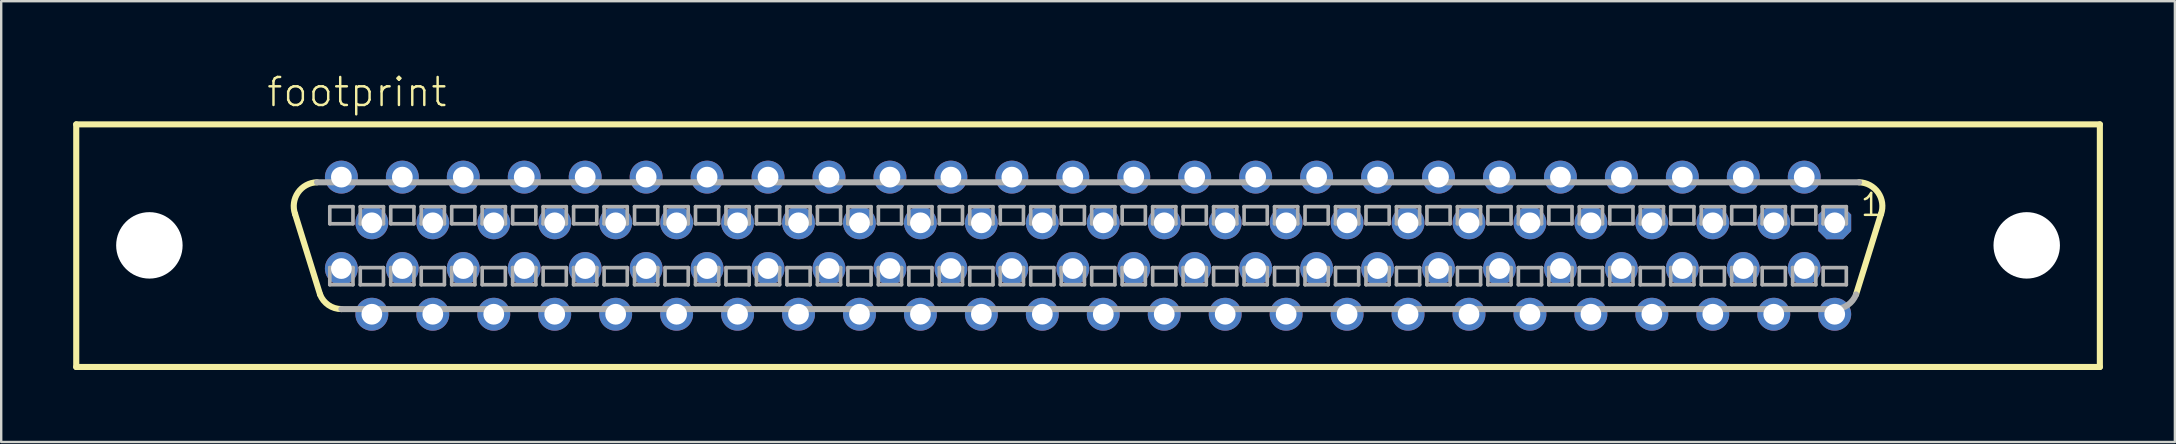
<source format=kicad_pcb>
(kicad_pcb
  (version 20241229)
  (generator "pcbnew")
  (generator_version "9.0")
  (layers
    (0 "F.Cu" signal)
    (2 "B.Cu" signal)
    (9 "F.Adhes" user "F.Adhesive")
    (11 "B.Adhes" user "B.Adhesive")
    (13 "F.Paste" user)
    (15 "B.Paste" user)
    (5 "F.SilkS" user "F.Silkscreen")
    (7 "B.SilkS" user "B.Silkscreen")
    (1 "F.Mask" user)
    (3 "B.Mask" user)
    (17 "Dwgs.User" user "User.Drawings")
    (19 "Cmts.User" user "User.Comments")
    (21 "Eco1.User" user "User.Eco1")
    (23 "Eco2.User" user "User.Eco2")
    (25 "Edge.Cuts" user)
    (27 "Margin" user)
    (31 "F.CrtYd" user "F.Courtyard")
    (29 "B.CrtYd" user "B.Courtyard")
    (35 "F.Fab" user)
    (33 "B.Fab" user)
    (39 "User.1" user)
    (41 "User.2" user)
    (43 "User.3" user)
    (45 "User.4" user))
  (footprint "footprint"
    (layer "F.Cu")
    (at 42.291 7.188)
    (property "Reference" "footprint" (at -34.29 -5.715 0) (layer "F.SilkS") (effects (font (size 1.168 1.168) (thickness 0.102)) (justify left bottom)))
    (fp_line (start -42.164 -5.055) (end 42.164 -5.055) (stroke (width 0.254) (type solid)) (layer "F.SilkS"))
    (fp_line (start -42.164 5.055) (end -42.164 -5.055) (stroke (width 0.254) (type solid)) (layer "F.SilkS"))
    (fp_line (start -32.004 2.032) (end -33.045 -1.321) (stroke (width 0.254) (type solid)) (layer "F.SilkS"))
    (fp_line (start 32.004 2.032) (end 33.045 -1.321) (stroke (width 0.254) (type solid)) (layer "F.SilkS"))
    (fp_line (start 42.164 -5.055) (end 42.164 5.055) (stroke (width 0.254) (type solid)) (layer "F.SilkS"))
    (fp_line (start 42.164 5.055) (end -42.164 5.055) (stroke (width 0.254) (type solid)) (layer "F.SilkS"))
    (fp_arc (start -33.0454 -1.3208) (mid -32.923542 -2.213361) (end -32.130998 -2.641601) (stroke (width 0.254) (type solid)) (layer "F.SilkS"))
    (fp_arc (start -31.114999 2.641601) (mid -31.654028 2.474655) (end -32.004 2.032) (stroke (width 0.254) (type solid)) (layer "F.SilkS"))
    (fp_arc (start 32.131 -2.6416) (mid 32.923543 -2.21336) (end 33.045399 -1.320799) (stroke (width 0.254) (type solid)) (layer "F.SilkS"))
    (fp_line (start -31.598 -1.626) (end -31.598 -0.914) (stroke (width 0.152) (type solid)) (layer "F.Fab"))
    (fp_line (start -31.598 -0.914) (end -30.632 -0.914) (stroke (width 0.152) (type solid)) (layer "F.Fab"))
    (fp_line (start -31.598 0.914) (end -31.598 1.626) (stroke (width 0.152) (type solid)) (layer "F.Fab"))
    (fp_line (start -31.598 1.626) (end -30.632 1.626) (stroke (width 0.152) (type solid)) (layer "F.Fab"))
    (fp_line (start -30.632 -1.626) (end -31.598 -1.626) (stroke (width 0.152) (type solid)) (layer "F.Fab"))
    (fp_line (start -30.632 -0.914) (end -30.632 -1.626) (stroke (width 0.152) (type solid)) (layer "F.Fab"))
    (fp_line (start -30.632 0.914) (end -31.598 0.914) (stroke (width 0.152) (type solid)) (layer "F.Fab"))
    (fp_line (start -30.632 1.626) (end -30.632 0.914) (stroke (width 0.152) (type solid)) (layer "F.Fab"))
    (fp_line (start -30.328 -1.626) (end -30.328 -0.914) (stroke (width 0.152) (type solid)) (layer "F.Fab"))
    (fp_line (start -30.328 -0.914) (end -29.362 -0.914) (stroke (width 0.152) (type solid)) (layer "F.Fab"))
    (fp_line (start -30.328 0.914) (end -30.328 1.626) (stroke (width 0.152) (type solid)) (layer "F.Fab"))
    (fp_line (start -30.328 1.626) (end -29.362 1.626) (stroke (width 0.152) (type solid)) (layer "F.Fab"))
    (fp_line (start -29.362 -1.626) (end -30.328 -1.626) (stroke (width 0.152) (type solid)) (layer "F.Fab"))
    (fp_line (start -29.362 -0.914) (end -29.362 -1.626) (stroke (width 0.152) (type solid)) (layer "F.Fab"))
    (fp_line (start -29.362 0.914) (end -30.328 0.914) (stroke (width 0.152) (type solid)) (layer "F.Fab"))
    (fp_line (start -29.362 1.626) (end -29.362 0.914) (stroke (width 0.152) (type solid)) (layer "F.Fab"))
    (fp_line (start -29.058 -1.626) (end -29.058 -0.914) (stroke (width 0.152) (type solid)) (layer "F.Fab"))
    (fp_line (start -29.058 -0.914) (end -28.092 -0.914) (stroke (width 0.152) (type solid)) (layer "F.Fab"))
    (fp_line (start -29.058 0.914) (end -29.058 1.626) (stroke (width 0.152) (type solid)) (layer "F.Fab"))
    (fp_line (start -29.058 1.626) (end -28.092 1.626) (stroke (width 0.152) (type solid)) (layer "F.Fab"))
    (fp_line (start -28.092 -1.626) (end -29.058 -1.626) (stroke (width 0.152) (type solid)) (layer "F.Fab"))
    (fp_line (start -28.092 -0.914) (end -28.092 -1.626) (stroke (width 0.152) (type solid)) (layer "F.Fab"))
    (fp_line (start -28.092 0.914) (end -29.058 0.914) (stroke (width 0.152) (type solid)) (layer "F.Fab"))
    (fp_line (start -28.092 1.626) (end -28.092 0.914) (stroke (width 0.152) (type solid)) (layer "F.Fab"))
    (fp_line (start -27.788 -1.626) (end -27.788 -0.914) (stroke (width 0.152) (type solid)) (layer "F.Fab"))
    (fp_line (start -27.788 -0.914) (end -26.822 -0.914) (stroke (width 0.152) (type solid)) (layer "F.Fab"))
    (fp_line (start -27.788 0.914) (end -27.788 1.626) (stroke (width 0.152) (type solid)) (layer "F.Fab"))
    (fp_line (start -27.788 1.626) (end -26.822 1.626) (stroke (width 0.152) (type solid)) (layer "F.Fab"))
    (fp_line (start -26.822 -1.626) (end -27.788 -1.626) (stroke (width 0.152) (type solid)) (layer "F.Fab"))
    (fp_line (start -26.822 -0.914) (end -26.822 -1.626) (stroke (width 0.152) (type solid)) (layer "F.Fab"))
    (fp_line (start -26.822 0.914) (end -27.788 0.914) (stroke (width 0.152) (type solid)) (layer "F.Fab"))
    (fp_line (start -26.822 1.626) (end -26.822 0.914) (stroke (width 0.152) (type solid)) (layer "F.Fab"))
    (fp_line (start -26.518 -1.626) (end -26.518 -0.914) (stroke (width 0.152) (type solid)) (layer "F.Fab"))
    (fp_line (start -26.518 -0.914) (end -25.552 -0.914) (stroke (width 0.152) (type solid)) (layer "F.Fab"))
    (fp_line (start -26.518 0.914) (end -26.518 1.626) (stroke (width 0.152) (type solid)) (layer "F.Fab"))
    (fp_line (start -26.518 1.626) (end -25.552 1.626) (stroke (width 0.152) (type solid)) (layer "F.Fab"))
    (fp_line (start -25.552 -1.626) (end -26.518 -1.626) (stroke (width 0.152) (type solid)) (layer "F.Fab"))
    (fp_line (start -25.552 -0.914) (end -25.552 -1.626) (stroke (width 0.152) (type solid)) (layer "F.Fab"))
    (fp_line (start -25.552 0.914) (end -26.518 0.914) (stroke (width 0.152) (type solid)) (layer "F.Fab"))
    (fp_line (start -25.552 1.626) (end -25.552 0.914) (stroke (width 0.152) (type solid)) (layer "F.Fab"))
    (fp_line (start -25.248 -1.626) (end -25.248 -0.914) (stroke (width 0.152) (type solid)) (layer "F.Fab"))
    (fp_line (start -25.248 -0.914) (end -24.282 -0.914) (stroke (width 0.152) (type solid)) (layer "F.Fab"))
    (fp_line (start -25.248 0.914) (end -25.248 1.626) (stroke (width 0.152) (type solid)) (layer "F.Fab"))
    (fp_line (start -25.248 1.626) (end -24.282 1.626) (stroke (width 0.152) (type solid)) (layer "F.Fab"))
    (fp_line (start -24.282 -1.626) (end -25.248 -1.626) (stroke (width 0.152) (type solid)) (layer "F.Fab"))
    (fp_line (start -24.282 -0.914) (end -24.282 -1.626) (stroke (width 0.152) (type solid)) (layer "F.Fab"))
    (fp_line (start -24.282 0.914) (end -25.248 0.914) (stroke (width 0.152) (type solid)) (layer "F.Fab"))
    (fp_line (start -24.282 1.626) (end -24.282 0.914) (stroke (width 0.152) (type solid)) (layer "F.Fab"))
    (fp_line (start -23.978 -1.626) (end -23.978 -0.914) (stroke (width 0.152) (type solid)) (layer "F.Fab"))
    (fp_line (start -23.978 -0.914) (end -23.012 -0.914) (stroke (width 0.152) (type solid)) (layer "F.Fab"))
    (fp_line (start -23.978 0.914) (end -23.978 1.626) (stroke (width 0.152) (type solid)) (layer "F.Fab"))
    (fp_line (start -23.978 1.626) (end -23.012 1.626) (stroke (width 0.152) (type solid)) (layer "F.Fab"))
    (fp_line (start -23.012 -1.626) (end -23.978 -1.626) (stroke (width 0.152) (type solid)) (layer "F.Fab"))
    (fp_line (start -23.012 -0.914) (end -23.012 -1.626) (stroke (width 0.152) (type solid)) (layer "F.Fab"))
    (fp_line (start -23.012 0.914) (end -23.978 0.914) (stroke (width 0.152) (type solid)) (layer "F.Fab"))
    (fp_line (start -23.012 1.626) (end -23.012 0.914) (stroke (width 0.152) (type solid)) (layer "F.Fab"))
    (fp_line (start -22.708 -1.626) (end -22.708 -0.914) (stroke (width 0.152) (type solid)) (layer "F.Fab"))
    (fp_line (start -22.708 -0.914) (end -21.742 -0.914) (stroke (width 0.152) (type solid)) (layer "F.Fab"))
    (fp_line (start -22.708 0.914) (end -22.708 1.626) (stroke (width 0.152) (type solid)) (layer "F.Fab"))
    (fp_line (start -22.708 1.626) (end -21.742 1.626) (stroke (width 0.152) (type solid)) (layer "F.Fab"))
    (fp_line (start -21.742 -1.626) (end -22.708 -1.626) (stroke (width 0.152) (type solid)) (layer "F.Fab"))
    (fp_line (start -21.742 -0.914) (end -21.742 -1.626) (stroke (width 0.152) (type solid)) (layer "F.Fab"))
    (fp_line (start -21.742 0.914) (end -22.708 0.914) (stroke (width 0.152) (type solid)) (layer "F.Fab"))
    (fp_line (start -21.742 1.626) (end -21.742 0.914) (stroke (width 0.152) (type solid)) (layer "F.Fab"))
    (fp_line (start -21.438 -1.626) (end -21.438 -0.914) (stroke (width 0.152) (type solid)) (layer "F.Fab"))
    (fp_line (start -21.438 -0.914) (end -20.472 -0.914) (stroke (width 0.152) (type solid)) (layer "F.Fab"))
    (fp_line (start -21.438 0.914) (end -21.438 1.626) (stroke (width 0.152) (type solid)) (layer "F.Fab"))
    (fp_line (start -21.438 1.626) (end -20.472 1.626) (stroke (width 0.152) (type solid)) (layer "F.Fab"))
    (fp_line (start -20.472 -1.626) (end -21.438 -1.626) (stroke (width 0.152) (type solid)) (layer "F.Fab"))
    (fp_line (start -20.472 -0.914) (end -20.472 -1.626) (stroke (width 0.152) (type solid)) (layer "F.Fab"))
    (fp_line (start -20.472 0.914) (end -21.438 0.914) (stroke (width 0.152) (type solid)) (layer "F.Fab"))
    (fp_line (start -20.472 1.626) (end -20.472 0.914) (stroke (width 0.152) (type solid)) (layer "F.Fab"))
    (fp_line (start -20.168 -1.626) (end -20.168 -0.914) (stroke (width 0.152) (type solid)) (layer "F.Fab"))
    (fp_line (start -20.168 -0.914) (end -19.202 -0.914) (stroke (width 0.152) (type solid)) (layer "F.Fab"))
    (fp_line (start -20.168 0.914) (end -20.168 1.626) (stroke (width 0.152) (type solid)) (layer "F.Fab"))
    (fp_line (start -20.168 1.626) (end -19.202 1.626) (stroke (width 0.152) (type solid)) (layer "F.Fab"))
    (fp_line (start -19.202 -1.626) (end -20.168 -1.626) (stroke (width 0.152) (type solid)) (layer "F.Fab"))
    (fp_line (start -19.202 -0.914) (end -19.202 -1.626) (stroke (width 0.152) (type solid)) (layer "F.Fab"))
    (fp_line (start -19.202 0.914) (end -20.168 0.914) (stroke (width 0.152) (type solid)) (layer "F.Fab"))
    (fp_line (start -19.202 1.626) (end -19.202 0.914) (stroke (width 0.152) (type solid)) (layer "F.Fab"))
    (fp_line (start -18.898 -1.626) (end -18.898 -0.914) (stroke (width 0.152) (type solid)) (layer "F.Fab"))
    (fp_line (start -18.898 -0.914) (end -17.932 -0.914) (stroke (width 0.152) (type solid)) (layer "F.Fab"))
    (fp_line (start -18.898 0.914) (end -18.898 1.626) (stroke (width 0.152) (type solid)) (layer "F.Fab"))
    (fp_line (start -18.898 1.626) (end -17.932 1.626) (stroke (width 0.152) (type solid)) (layer "F.Fab"))
    (fp_line (start -17.932 -1.626) (end -18.898 -1.626) (stroke (width 0.152) (type solid)) (layer "F.Fab"))
    (fp_line (start -17.932 -0.914) (end -17.932 -1.626) (stroke (width 0.152) (type solid)) (layer "F.Fab"))
    (fp_line (start -17.932 0.914) (end -18.898 0.914) (stroke (width 0.152) (type solid)) (layer "F.Fab"))
    (fp_line (start -17.932 1.626) (end -17.932 0.914) (stroke (width 0.152) (type solid)) (layer "F.Fab"))
    (fp_line (start -17.628 -1.626) (end -17.628 -0.914) (stroke (width 0.152) (type solid)) (layer "F.Fab"))
    (fp_line (start -17.628 -0.914) (end -16.662 -0.914) (stroke (width 0.152) (type solid)) (layer "F.Fab"))
    (fp_line (start -17.628 0.914) (end -17.628 1.626) (stroke (width 0.152) (type solid)) (layer "F.Fab"))
    (fp_line (start -17.628 1.626) (end -16.662 1.626) (stroke (width 0.152) (type solid)) (layer "F.Fab"))
    (fp_line (start -16.662 -1.626) (end -17.628 -1.626) (stroke (width 0.152) (type solid)) (layer "F.Fab"))
    (fp_line (start -16.662 -0.914) (end -16.662 -1.626) (stroke (width 0.152) (type solid)) (layer "F.Fab"))
    (fp_line (start -16.662 0.914) (end -17.628 0.914) (stroke (width 0.152) (type solid)) (layer "F.Fab"))
    (fp_line (start -16.662 1.626) (end -16.662 0.914) (stroke (width 0.152) (type solid)) (layer "F.Fab"))
    (fp_line (start -16.358 -1.626) (end -16.358 -0.914) (stroke (width 0.152) (type solid)) (layer "F.Fab"))
    (fp_line (start -16.358 -0.914) (end -15.392 -0.914) (stroke (width 0.152) (type solid)) (layer "F.Fab"))
    (fp_line (start -16.358 0.914) (end -16.358 1.626) (stroke (width 0.152) (type solid)) (layer "F.Fab"))
    (fp_line (start -16.358 1.626) (end -15.392 1.626) (stroke (width 0.152) (type solid)) (layer "F.Fab"))
    (fp_line (start -15.392 -1.626) (end -16.358 -1.626) (stroke (width 0.152) (type solid)) (layer "F.Fab"))
    (fp_line (start -15.392 -0.914) (end -15.392 -1.626) (stroke (width 0.152) (type solid)) (layer "F.Fab"))
    (fp_line (start -15.392 0.914) (end -16.358 0.914) (stroke (width 0.152) (type solid)) (layer "F.Fab"))
    (fp_line (start -15.392 1.626) (end -15.392 0.914) (stroke (width 0.152) (type solid)) (layer "F.Fab"))
    (fp_line (start -15.088 -1.626) (end -15.088 -0.914) (stroke (width 0.152) (type solid)) (layer "F.Fab"))
    (fp_line (start -15.088 -0.914) (end -14.122 -0.914) (stroke (width 0.152) (type solid)) (layer "F.Fab"))
    (fp_line (start -15.088 0.914) (end -15.088 1.626) (stroke (width 0.152) (type solid)) (layer "F.Fab"))
    (fp_line (start -15.088 1.626) (end -14.122 1.626) (stroke (width 0.152) (type solid)) (layer "F.Fab"))
    (fp_line (start -14.122 -1.626) (end -15.088 -1.626) (stroke (width 0.152) (type solid)) (layer "F.Fab"))
    (fp_line (start -14.122 -0.914) (end -14.122 -1.626) (stroke (width 0.152) (type solid)) (layer "F.Fab"))
    (fp_line (start -14.122 0.914) (end -15.088 0.914) (stroke (width 0.152) (type solid)) (layer "F.Fab"))
    (fp_line (start -14.122 1.626) (end -14.122 0.914) (stroke (width 0.152) (type solid)) (layer "F.Fab"))
    (fp_line (start -13.818 -1.626) (end -13.818 -0.914) (stroke (width 0.152) (type solid)) (layer "F.Fab"))
    (fp_line (start -13.818 -0.914) (end -12.852 -0.914) (stroke (width 0.152) (type solid)) (layer "F.Fab"))
    (fp_line (start -13.818 0.914) (end -13.818 1.626) (stroke (width 0.152) (type solid)) (layer "F.Fab"))
    (fp_line (start -13.818 1.626) (end -12.852 1.626) (stroke (width 0.152) (type solid)) (layer "F.Fab"))
    (fp_line (start -12.852 -1.626) (end -13.818 -1.626) (stroke (width 0.152) (type solid)) (layer "F.Fab"))
    (fp_line (start -12.852 -0.914) (end -12.852 -1.626) (stroke (width 0.152) (type solid)) (layer "F.Fab"))
    (fp_line (start -12.852 0.914) (end -13.818 0.914) (stroke (width 0.152) (type solid)) (layer "F.Fab"))
    (fp_line (start -12.852 1.626) (end -12.852 0.914) (stroke (width 0.152) (type solid)) (layer "F.Fab"))
    (fp_line (start -12.548 -1.626) (end -12.548 -0.914) (stroke (width 0.152) (type solid)) (layer "F.Fab"))
    (fp_line (start -12.548 -0.914) (end -11.582 -0.914) (stroke (width 0.152) (type solid)) (layer "F.Fab"))
    (fp_line (start -12.548 0.914) (end -12.548 1.626) (stroke (width 0.152) (type solid)) (layer "F.Fab"))
    (fp_line (start -12.548 1.626) (end -11.582 1.626) (stroke (width 0.152) (type solid)) (layer "F.Fab"))
    (fp_line (start -11.582 -1.626) (end -12.548 -1.626) (stroke (width 0.152) (type solid)) (layer "F.Fab"))
    (fp_line (start -11.582 -0.914) (end -11.582 -1.626) (stroke (width 0.152) (type solid)) (layer "F.Fab"))
    (fp_line (start -11.582 0.914) (end -12.548 0.914) (stroke (width 0.152) (type solid)) (layer "F.Fab"))
    (fp_line (start -11.582 1.626) (end -11.582 0.914) (stroke (width 0.152) (type solid)) (layer "F.Fab"))
    (fp_line (start -11.278 -1.626) (end -11.278 -0.914) (stroke (width 0.152) (type solid)) (layer "F.Fab"))
    (fp_line (start -11.278 -0.914) (end -10.312 -0.914) (stroke (width 0.152) (type solid)) (layer "F.Fab"))
    (fp_line (start -11.278 0.914) (end -11.278 1.626) (stroke (width 0.152) (type solid)) (layer "F.Fab"))
    (fp_line (start -11.278 1.626) (end -10.312 1.626) (stroke (width 0.152) (type solid)) (layer "F.Fab"))
    (fp_line (start -10.312 -1.626) (end -11.278 -1.626) (stroke (width 0.152) (type solid)) (layer "F.Fab"))
    (fp_line (start -10.312 -0.914) (end -10.312 -1.626) (stroke (width 0.152) (type solid)) (layer "F.Fab"))
    (fp_line (start -10.312 0.914) (end -11.278 0.914) (stroke (width 0.152) (type solid)) (layer "F.Fab"))
    (fp_line (start -10.312 1.626) (end -10.312 0.914) (stroke (width 0.152) (type solid)) (layer "F.Fab"))
    (fp_line (start -10.008 -1.626) (end -10.008 -0.914) (stroke (width 0.152) (type solid)) (layer "F.Fab"))
    (fp_line (start -10.008 -0.914) (end -9.042 -0.914) (stroke (width 0.152) (type solid)) (layer "F.Fab"))
    (fp_line (start -10.008 0.914) (end -10.008 1.626) (stroke (width 0.152) (type solid)) (layer "F.Fab"))
    (fp_line (start -10.008 1.626) (end -9.042 1.626) (stroke (width 0.152) (type solid)) (layer "F.Fab"))
    (fp_line (start -9.042 -1.626) (end -10.008 -1.626) (stroke (width 0.152) (type solid)) (layer "F.Fab"))
    (fp_line (start -9.042 -0.914) (end -9.042 -1.626) (stroke (width 0.152) (type solid)) (layer "F.Fab"))
    (fp_line (start -9.042 0.914) (end -10.008 0.914) (stroke (width 0.152) (type solid)) (layer "F.Fab"))
    (fp_line (start -9.042 1.626) (end -9.042 0.914) (stroke (width 0.152) (type solid)) (layer "F.Fab"))
    (fp_line (start -8.738 -1.626) (end -8.738 -0.914) (stroke (width 0.152) (type solid)) (layer "F.Fab"))
    (fp_line (start -8.738 -0.914) (end -7.772 -0.914) (stroke (width 0.152) (type solid)) (layer "F.Fab"))
    (fp_line (start -8.738 0.914) (end -8.738 1.626) (stroke (width 0.152) (type solid)) (layer "F.Fab"))
    (fp_line (start -8.738 1.626) (end -7.772 1.626) (stroke (width 0.152) (type solid)) (layer "F.Fab"))
    (fp_line (start -7.772 -1.626) (end -8.738 -1.626) (stroke (width 0.152) (type solid)) (layer "F.Fab"))
    (fp_line (start -7.772 -0.914) (end -7.772 -1.626) (stroke (width 0.152) (type solid)) (layer "F.Fab"))
    (fp_line (start -7.772 0.914) (end -8.738 0.914) (stroke (width 0.152) (type solid)) (layer "F.Fab"))
    (fp_line (start -7.772 1.626) (end -7.772 0.914) (stroke (width 0.152) (type solid)) (layer "F.Fab"))
    (fp_line (start -7.468 -1.626) (end -7.468 -0.914) (stroke (width 0.152) (type solid)) (layer "F.Fab"))
    (fp_line (start -7.468 -0.914) (end -6.502 -0.914) (stroke (width 0.152) (type solid)) (layer "F.Fab"))
    (fp_line (start -7.468 0.914) (end -7.468 1.626) (stroke (width 0.152) (type solid)) (layer "F.Fab"))
    (fp_line (start -7.468 1.626) (end -6.502 1.626) (stroke (width 0.152) (type solid)) (layer "F.Fab"))
    (fp_line (start -6.502 -1.626) (end -7.468 -1.626) (stroke (width 0.152) (type solid)) (layer "F.Fab"))
    (fp_line (start -6.502 -0.914) (end -6.502 -1.626) (stroke (width 0.152) (type solid)) (layer "F.Fab"))
    (fp_line (start -6.502 0.914) (end -7.468 0.914) (stroke (width 0.152) (type solid)) (layer "F.Fab"))
    (fp_line (start -6.502 1.626) (end -6.502 0.914) (stroke (width 0.152) (type solid)) (layer "F.Fab"))
    (fp_line (start -6.198 -1.626) (end -6.198 -0.914) (stroke (width 0.152) (type solid)) (layer "F.Fab"))
    (fp_line (start -6.198 -0.914) (end -5.232 -0.914) (stroke (width 0.152) (type solid)) (layer "F.Fab"))
    (fp_line (start -6.198 0.914) (end -6.198 1.626) (stroke (width 0.152) (type solid)) (layer "F.Fab"))
    (fp_line (start -6.198 1.626) (end -5.232 1.626) (stroke (width 0.152) (type solid)) (layer "F.Fab"))
    (fp_line (start -5.232 -1.626) (end -6.198 -1.626) (stroke (width 0.152) (type solid)) (layer "F.Fab"))
    (fp_line (start -5.232 -0.914) (end -5.232 -1.626) (stroke (width 0.152) (type solid)) (layer "F.Fab"))
    (fp_line (start -5.232 0.914) (end -6.198 0.914) (stroke (width 0.152) (type solid)) (layer "F.Fab"))
    (fp_line (start -5.232 1.626) (end -5.232 0.914) (stroke (width 0.152) (type solid)) (layer "F.Fab"))
    (fp_line (start -4.928 -1.626) (end -4.928 -0.914) (stroke (width 0.152) (type solid)) (layer "F.Fab"))
    (fp_line (start -4.928 -0.914) (end -3.962 -0.914) (stroke (width 0.152) (type solid)) (layer "F.Fab"))
    (fp_line (start -4.928 0.914) (end -4.928 1.626) (stroke (width 0.152) (type solid)) (layer "F.Fab"))
    (fp_line (start -4.928 1.626) (end -3.962 1.626) (stroke (width 0.152) (type solid)) (layer "F.Fab"))
    (fp_line (start -3.962 -1.626) (end -4.928 -1.626) (stroke (width 0.152) (type solid)) (layer "F.Fab"))
    (fp_line (start -3.962 -0.914) (end -3.962 -1.626) (stroke (width 0.152) (type solid)) (layer "F.Fab"))
    (fp_line (start -3.962 0.914) (end -4.928 0.914) (stroke (width 0.152) (type solid)) (layer "F.Fab"))
    (fp_line (start -3.962 1.626) (end -3.962 0.914) (stroke (width 0.152) (type solid)) (layer "F.Fab"))
    (fp_line (start -3.658 -1.626) (end -3.658 -0.914) (stroke (width 0.152) (type solid)) (layer "F.Fab"))
    (fp_line (start -3.658 -0.914) (end -2.692 -0.914) (stroke (width 0.152) (type solid)) (layer "F.Fab"))
    (fp_line (start -3.658 0.914) (end -3.658 1.626) (stroke (width 0.152) (type solid)) (layer "F.Fab"))
    (fp_line (start -3.658 1.626) (end -2.692 1.626) (stroke (width 0.152) (type solid)) (layer "F.Fab"))
    (fp_line (start -2.692 -1.626) (end -3.658 -1.626) (stroke (width 0.152) (type solid)) (layer "F.Fab"))
    (fp_line (start -2.692 -0.914) (end -2.692 -1.626) (stroke (width 0.152) (type solid)) (layer "F.Fab"))
    (fp_line (start -2.692 0.914) (end -3.658 0.914) (stroke (width 0.152) (type solid)) (layer "F.Fab"))
    (fp_line (start -2.692 1.626) (end -2.692 0.914) (stroke (width 0.152) (type solid)) (layer "F.Fab"))
    (fp_line (start -2.388 -1.626) (end -2.388 -0.914) (stroke (width 0.152) (type solid)) (layer "F.Fab"))
    (fp_line (start -2.388 -0.914) (end -1.422 -0.914) (stroke (width 0.152) (type solid)) (layer "F.Fab"))
    (fp_line (start -2.388 0.914) (end -2.388 1.626) (stroke (width 0.152) (type solid)) (layer "F.Fab"))
    (fp_line (start -2.388 1.626) (end -1.422 1.626) (stroke (width 0.152) (type solid)) (layer "F.Fab"))
    (fp_line (start -1.422 -1.626) (end -2.388 -1.626) (stroke (width 0.152) (type solid)) (layer "F.Fab"))
    (fp_line (start -1.422 -0.914) (end -1.422 -1.626) (stroke (width 0.152) (type solid)) (layer "F.Fab"))
    (fp_line (start -1.422 0.914) (end -2.388 0.914) (stroke (width 0.152) (type solid)) (layer "F.Fab"))
    (fp_line (start -1.422 1.626) (end -1.422 0.914) (stroke (width 0.152) (type solid)) (layer "F.Fab"))
    (fp_line (start -1.118 -1.626) (end -1.118 -0.914) (stroke (width 0.152) (type solid)) (layer "F.Fab"))
    (fp_line (start -1.118 -0.914) (end -0.152 -0.914) (stroke (width 0.152) (type solid)) (layer "F.Fab"))
    (fp_line (start -1.118 0.914) (end -1.118 1.626) (stroke (width 0.152) (type solid)) (layer "F.Fab"))
    (fp_line (start -1.118 1.626) (end -0.152 1.626) (stroke (width 0.152) (type solid)) (layer "F.Fab"))
    (fp_line (start -0.152 -1.626) (end -1.118 -1.626) (stroke (width 0.152) (type solid)) (layer "F.Fab"))
    (fp_line (start -0.152 -0.914) (end -0.152 -1.626) (stroke (width 0.152) (type solid)) (layer "F.Fab"))
    (fp_line (start -0.152 0.914) (end -1.118 0.914) (stroke (width 0.152) (type solid)) (layer "F.Fab"))
    (fp_line (start -0.152 1.626) (end -0.152 0.914) (stroke (width 0.152) (type solid)) (layer "F.Fab"))
    (fp_line (start 0.152 -1.626) (end 0.152 -0.914) (stroke (width 0.152) (type solid)) (layer "F.Fab"))
    (fp_line (start 0.152 -0.914) (end 1.118 -0.914) (stroke (width 0.152) (type solid)) (layer "F.Fab"))
    (fp_line (start 0.152 0.914) (end 0.152 1.626) (stroke (width 0.152) (type solid)) (layer "F.Fab"))
    (fp_line (start 0.152 1.626) (end 1.118 1.626) (stroke (width 0.152) (type solid)) (layer "F.Fab"))
    (fp_line (start 1.118 -1.626) (end 0.152 -1.626) (stroke (width 0.152) (type solid)) (layer "F.Fab"))
    (fp_line (start 1.118 -0.914) (end 1.118 -1.626) (stroke (width 0.152) (type solid)) (layer "F.Fab"))
    (fp_line (start 1.118 0.914) (end 0.152 0.914) (stroke (width 0.152) (type solid)) (layer "F.Fab"))
    (fp_line (start 1.118 1.626) (end 1.118 0.914) (stroke (width 0.152) (type solid)) (layer "F.Fab"))
    (fp_line (start 1.422 -1.626) (end 1.422 -0.914) (stroke (width 0.152) (type solid)) (layer "F.Fab"))
    (fp_line (start 1.422 -0.914) (end 2.388 -0.914) (stroke (width 0.152) (type solid)) (layer "F.Fab"))
    (fp_line (start 1.422 0.914) (end 1.422 1.626) (stroke (width 0.152) (type solid)) (layer "F.Fab"))
    (fp_line (start 1.422 1.626) (end 2.388 1.626) (stroke (width 0.152) (type solid)) (layer "F.Fab"))
    (fp_line (start 2.388 -1.626) (end 1.422 -1.626) (stroke (width 0.152) (type solid)) (layer "F.Fab"))
    (fp_line (start 2.388 -0.914) (end 2.388 -1.626) (stroke (width 0.152) (type solid)) (layer "F.Fab"))
    (fp_line (start 2.388 0.914) (end 1.422 0.914) (stroke (width 0.152) (type solid)) (layer "F.Fab"))
    (fp_line (start 2.388 1.626) (end 2.388 0.914) (stroke (width 0.152) (type solid)) (layer "F.Fab"))
    (fp_line (start 2.692 -1.626) (end 2.692 -0.914) (stroke (width 0.152) (type solid)) (layer "F.Fab"))
    (fp_line (start 2.692 -0.914) (end 3.658 -0.914) (stroke (width 0.152) (type solid)) (layer "F.Fab"))
    (fp_line (start 2.692 0.914) (end 2.692 1.626) (stroke (width 0.152) (type solid)) (layer "F.Fab"))
    (fp_line (start 2.692 1.626) (end 3.658 1.626) (stroke (width 0.152) (type solid)) (layer "F.Fab"))
    (fp_line (start 3.658 -1.626) (end 2.692 -1.626) (stroke (width 0.152) (type solid)) (layer "F.Fab"))
    (fp_line (start 3.658 -0.914) (end 3.658 -1.626) (stroke (width 0.152) (type solid)) (layer "F.Fab"))
    (fp_line (start 3.658 0.914) (end 2.692 0.914) (stroke (width 0.152) (type solid)) (layer "F.Fab"))
    (fp_line (start 3.658 1.626) (end 3.658 0.914) (stroke (width 0.152) (type solid)) (layer "F.Fab"))
    (fp_line (start 3.962 -1.626) (end 3.962 -0.914) (stroke (width 0.152) (type solid)) (layer "F.Fab"))
    (fp_line (start 3.962 -0.914) (end 4.928 -0.914) (stroke (width 0.152) (type solid)) (layer "F.Fab"))
    (fp_line (start 3.962 0.914) (end 3.962 1.626) (stroke (width 0.152) (type solid)) (layer "F.Fab"))
    (fp_line (start 3.962 1.626) (end 4.928 1.626) (stroke (width 0.152) (type solid)) (layer "F.Fab"))
    (fp_line (start 4.928 -1.626) (end 3.962 -1.626) (stroke (width 0.152) (type solid)) (layer "F.Fab"))
    (fp_line (start 4.928 -0.914) (end 4.928 -1.626) (stroke (width 0.152) (type solid)) (layer "F.Fab"))
    (fp_line (start 4.928 0.914) (end 3.962 0.914) (stroke (width 0.152) (type solid)) (layer "F.Fab"))
    (fp_line (start 4.928 1.626) (end 4.928 0.914) (stroke (width 0.152) (type solid)) (layer "F.Fab"))
    (fp_line (start 5.232 -1.626) (end 5.232 -0.914) (stroke (width 0.152) (type solid)) (layer "F.Fab"))
    (fp_line (start 5.232 -0.914) (end 6.198 -0.914) (stroke (width 0.152) (type solid)) (layer "F.Fab"))
    (fp_line (start 5.232 0.914) (end 5.232 1.626) (stroke (width 0.152) (type solid)) (layer "F.Fab"))
    (fp_line (start 5.232 1.626) (end 6.198 1.626) (stroke (width 0.152) (type solid)) (layer "F.Fab"))
    (fp_line (start 6.198 -1.626) (end 5.232 -1.626) (stroke (width 0.152) (type solid)) (layer "F.Fab"))
    (fp_line (start 6.198 -0.914) (end 6.198 -1.626) (stroke (width 0.152) (type solid)) (layer "F.Fab"))
    (fp_line (start 6.198 0.914) (end 5.232 0.914) (stroke (width 0.152) (type solid)) (layer "F.Fab"))
    (fp_line (start 6.198 1.626) (end 6.198 0.914) (stroke (width 0.152) (type solid)) (layer "F.Fab"))
    (fp_line (start 6.502 -1.626) (end 6.502 -0.914) (stroke (width 0.152) (type solid)) (layer "F.Fab"))
    (fp_line (start 6.502 -0.914) (end 7.468 -0.914) (stroke (width 0.152) (type solid)) (layer "F.Fab"))
    (fp_line (start 6.502 0.914) (end 6.502 1.626) (stroke (width 0.152) (type solid)) (layer "F.Fab"))
    (fp_line (start 6.502 1.626) (end 7.468 1.626) (stroke (width 0.152) (type solid)) (layer "F.Fab"))
    (fp_line (start 7.468 -1.626) (end 6.502 -1.626) (stroke (width 0.152) (type solid)) (layer "F.Fab"))
    (fp_line (start 7.468 -0.914) (end 7.468 -1.626) (stroke (width 0.152) (type solid)) (layer "F.Fab"))
    (fp_line (start 7.468 0.914) (end 6.502 0.914) (stroke (width 0.152) (type solid)) (layer "F.Fab"))
    (fp_line (start 7.468 1.626) (end 7.468 0.914) (stroke (width 0.152) (type solid)) (layer "F.Fab"))
    (fp_line (start 7.772 -1.626) (end 7.772 -0.914) (stroke (width 0.152) (type solid)) (layer "F.Fab"))
    (fp_line (start 7.772 -0.914) (end 8.738 -0.914) (stroke (width 0.152) (type solid)) (layer "F.Fab"))
    (fp_line (start 7.772 0.914) (end 7.772 1.626) (stroke (width 0.152) (type solid)) (layer "F.Fab"))
    (fp_line (start 7.772 1.626) (end 8.738 1.626) (stroke (width 0.152) (type solid)) (layer "F.Fab"))
    (fp_line (start 8.738 -1.626) (end 7.772 -1.626) (stroke (width 0.152) (type solid)) (layer "F.Fab"))
    (fp_line (start 8.738 -0.914) (end 8.738 -1.626) (stroke (width 0.152) (type solid)) (layer "F.Fab"))
    (fp_line (start 8.738 0.914) (end 7.772 0.914) (stroke (width 0.152) (type solid)) (layer "F.Fab"))
    (fp_line (start 8.738 1.626) (end 8.738 0.914) (stroke (width 0.152) (type solid)) (layer "F.Fab"))
    (fp_line (start 9.042 -1.626) (end 9.042 -0.914) (stroke (width 0.152) (type solid)) (layer "F.Fab"))
    (fp_line (start 9.042 -0.914) (end 10.008 -0.914) (stroke (width 0.152) (type solid)) (layer "F.Fab"))
    (fp_line (start 9.042 0.914) (end 9.042 1.626) (stroke (width 0.152) (type solid)) (layer "F.Fab"))
    (fp_line (start 9.042 1.626) (end 10.008 1.626) (stroke (width 0.152) (type solid)) (layer "F.Fab"))
    (fp_line (start 10.008 -1.626) (end 9.042 -1.626) (stroke (width 0.152) (type solid)) (layer "F.Fab"))
    (fp_line (start 10.008 -0.914) (end 10.008 -1.626) (stroke (width 0.152) (type solid)) (layer "F.Fab"))
    (fp_line (start 10.008 0.914) (end 9.042 0.914) (stroke (width 0.152) (type solid)) (layer "F.Fab"))
    (fp_line (start 10.008 1.626) (end 10.008 0.914) (stroke (width 0.152) (type solid)) (layer "F.Fab"))
    (fp_line (start 10.312 -1.626) (end 10.312 -0.914) (stroke (width 0.152) (type solid)) (layer "F.Fab"))
    (fp_line (start 10.312 -0.914) (end 11.278 -0.914) (stroke (width 0.152) (type solid)) (layer "F.Fab"))
    (fp_line (start 10.312 0.914) (end 10.312 1.626) (stroke (width 0.152) (type solid)) (layer "F.Fab"))
    (fp_line (start 10.312 1.626) (end 11.278 1.626) (stroke (width 0.152) (type solid)) (layer "F.Fab"))
    (fp_line (start 11.278 -1.626) (end 10.312 -1.626) (stroke (width 0.152) (type solid)) (layer "F.Fab"))
    (fp_line (start 11.278 -0.914) (end 11.278 -1.626) (stroke (width 0.152) (type solid)) (layer "F.Fab"))
    (fp_line (start 11.278 0.914) (end 10.312 0.914) (stroke (width 0.152) (type solid)) (layer "F.Fab"))
    (fp_line (start 11.278 1.626) (end 11.278 0.914) (stroke (width 0.152) (type solid)) (layer "F.Fab"))
    (fp_line (start 11.582 -1.626) (end 11.582 -0.914) (stroke (width 0.152) (type solid)) (layer "F.Fab"))
    (fp_line (start 11.582 -0.914) (end 12.548 -0.914) (stroke (width 0.152) (type solid)) (layer "F.Fab"))
    (fp_line (start 11.582 0.914) (end 11.582 1.626) (stroke (width 0.152) (type solid)) (layer "F.Fab"))
    (fp_line (start 11.582 1.626) (end 12.548 1.626) (stroke (width 0.152) (type solid)) (layer "F.Fab"))
    (fp_line (start 12.548 -1.626) (end 11.582 -1.626) (stroke (width 0.152) (type solid)) (layer "F.Fab"))
    (fp_line (start 12.548 -0.914) (end 12.548 -1.626) (stroke (width 0.152) (type solid)) (layer "F.Fab"))
    (fp_line (start 12.548 0.914) (end 11.582 0.914) (stroke (width 0.152) (type solid)) (layer "F.Fab"))
    (fp_line (start 12.548 1.626) (end 12.548 0.914) (stroke (width 0.152) (type solid)) (layer "F.Fab"))
    (fp_line (start 12.852 -1.626) (end 12.852 -0.914) (stroke (width 0.152) (type solid)) (layer "F.Fab"))
    (fp_line (start 12.852 -0.914) (end 13.818 -0.914) (stroke (width 0.152) (type solid)) (layer "F.Fab"))
    (fp_line (start 12.852 0.914) (end 12.852 1.626) (stroke (width 0.152) (type solid)) (layer "F.Fab"))
    (fp_line (start 12.852 1.626) (end 13.818 1.626) (stroke (width 0.152) (type solid)) (layer "F.Fab"))
    (fp_line (start 13.818 -1.626) (end 12.852 -1.626) (stroke (width 0.152) (type solid)) (layer "F.Fab"))
    (fp_line (start 13.818 -0.914) (end 13.818 -1.626) (stroke (width 0.152) (type solid)) (layer "F.Fab"))
    (fp_line (start 13.818 0.914) (end 12.852 0.914) (stroke (width 0.152) (type solid)) (layer "F.Fab"))
    (fp_line (start 13.818 1.626) (end 13.818 0.914) (stroke (width 0.152) (type solid)) (layer "F.Fab"))
    (fp_line (start 14.122 -1.626) (end 14.122 -0.914) (stroke (width 0.152) (type solid)) (layer "F.Fab"))
    (fp_line (start 14.122 -0.914) (end 15.088 -0.914) (stroke (width 0.152) (type solid)) (layer "F.Fab"))
    (fp_line (start 14.122 0.914) (end 14.122 1.626) (stroke (width 0.152) (type solid)) (layer "F.Fab"))
    (fp_line (start 14.122 1.626) (end 15.088 1.626) (stroke (width 0.152) (type solid)) (layer "F.Fab"))
    (fp_line (start 15.088 -1.626) (end 14.122 -1.626) (stroke (width 0.152) (type solid)) (layer "F.Fab"))
    (fp_line (start 15.088 -0.914) (end 15.088 -1.626) (stroke (width 0.152) (type solid)) (layer "F.Fab"))
    (fp_line (start 15.088 0.914) (end 14.122 0.914) (stroke (width 0.152) (type solid)) (layer "F.Fab"))
    (fp_line (start 15.088 1.626) (end 15.088 0.914) (stroke (width 0.152) (type solid)) (layer "F.Fab"))
    (fp_line (start 15.392 -1.626) (end 15.392 -0.914) (stroke (width 0.152) (type solid)) (layer "F.Fab"))
    (fp_line (start 15.392 -0.914) (end 16.358 -0.914) (stroke (width 0.152) (type solid)) (layer "F.Fab"))
    (fp_line (start 15.392 0.914) (end 15.392 1.626) (stroke (width 0.152) (type solid)) (layer "F.Fab"))
    (fp_line (start 15.392 1.626) (end 16.358 1.626) (stroke (width 0.152) (type solid)) (layer "F.Fab"))
    (fp_line (start 16.358 -1.626) (end 15.392 -1.626) (stroke (width 0.152) (type solid)) (layer "F.Fab"))
    (fp_line (start 16.358 -0.914) (end 16.358 -1.626) (stroke (width 0.152) (type solid)) (layer "F.Fab"))
    (fp_line (start 16.358 0.914) (end 15.392 0.914) (stroke (width 0.152) (type solid)) (layer "F.Fab"))
    (fp_line (start 16.358 1.626) (end 16.358 0.914) (stroke (width 0.152) (type solid)) (layer "F.Fab"))
    (fp_line (start 16.662 -1.626) (end 16.662 -0.914) (stroke (width 0.152) (type solid)) (layer "F.Fab"))
    (fp_line (start 16.662 -0.914) (end 17.628 -0.914) (stroke (width 0.152) (type solid)) (layer "F.Fab"))
    (fp_line (start 16.662 0.914) (end 16.662 1.626) (stroke (width 0.152) (type solid)) (layer "F.Fab"))
    (fp_line (start 16.662 1.626) (end 17.628 1.626) (stroke (width 0.152) (type solid)) (layer "F.Fab"))
    (fp_line (start 17.628 -1.626) (end 16.662 -1.626) (stroke (width 0.152) (type solid)) (layer "F.Fab"))
    (fp_line (start 17.628 -0.914) (end 17.628 -1.626) (stroke (width 0.152) (type solid)) (layer "F.Fab"))
    (fp_line (start 17.628 0.914) (end 16.662 0.914) (stroke (width 0.152) (type solid)) (layer "F.Fab"))
    (fp_line (start 17.628 1.626) (end 17.628 0.914) (stroke (width 0.152) (type solid)) (layer "F.Fab"))
    (fp_line (start 17.932 -1.626) (end 17.932 -0.914) (stroke (width 0.152) (type solid)) (layer "F.Fab"))
    (fp_line (start 17.932 -0.914) (end 18.898 -0.914) (stroke (width 0.152) (type solid)) (layer "F.Fab"))
    (fp_line (start 17.932 0.914) (end 17.932 1.626) (stroke (width 0.152) (type solid)) (layer "F.Fab"))
    (fp_line (start 17.932 1.626) (end 18.898 1.626) (stroke (width 0.152) (type solid)) (layer "F.Fab"))
    (fp_line (start 18.898 -1.626) (end 17.932 -1.626) (stroke (width 0.152) (type solid)) (layer "F.Fab"))
    (fp_line (start 18.898 -0.914) (end 18.898 -1.626) (stroke (width 0.152) (type solid)) (layer "F.Fab"))
    (fp_line (start 18.898 0.914) (end 17.932 0.914) (stroke (width 0.152) (type solid)) (layer "F.Fab"))
    (fp_line (start 18.898 1.626) (end 18.898 0.914) (stroke (width 0.152) (type solid)) (layer "F.Fab"))
    (fp_line (start 19.202 -1.626) (end 19.202 -0.914) (stroke (width 0.152) (type solid)) (layer "F.Fab"))
    (fp_line (start 19.202 -0.914) (end 20.168 -0.914) (stroke (width 0.152) (type solid)) (layer "F.Fab"))
    (fp_line (start 19.202 0.914) (end 19.202 1.626) (stroke (width 0.152) (type solid)) (layer "F.Fab"))
    (fp_line (start 19.202 1.626) (end 20.168 1.626) (stroke (width 0.152) (type solid)) (layer "F.Fab"))
    (fp_line (start 20.168 -1.626) (end 19.202 -1.626) (stroke (width 0.152) (type solid)) (layer "F.Fab"))
    (fp_line (start 20.168 -0.914) (end 20.168 -1.626) (stroke (width 0.152) (type solid)) (layer "F.Fab"))
    (fp_line (start 20.168 0.914) (end 19.202 0.914) (stroke (width 0.152) (type solid)) (layer "F.Fab"))
    (fp_line (start 20.168 1.626) (end 20.168 0.914) (stroke (width 0.152) (type solid)) (layer "F.Fab"))
    (fp_line (start 20.472 -1.626) (end 20.472 -0.914) (stroke (width 0.152) (type solid)) (layer "F.Fab"))
    (fp_line (start 20.472 -0.914) (end 21.438 -0.914) (stroke (width 0.152) (type solid)) (layer "F.Fab"))
    (fp_line (start 20.472 0.914) (end 20.472 1.626) (stroke (width 0.152) (type solid)) (layer "F.Fab"))
    (fp_line (start 20.472 1.626) (end 21.438 1.626) (stroke (width 0.152) (type solid)) (layer "F.Fab"))
    (fp_line (start 21.438 -1.626) (end 20.472 -1.626) (stroke (width 0.152) (type solid)) (layer "F.Fab"))
    (fp_line (start 21.438 -0.914) (end 21.438 -1.626) (stroke (width 0.152) (type solid)) (layer "F.Fab"))
    (fp_line (start 21.438 0.914) (end 20.472 0.914) (stroke (width 0.152) (type solid)) (layer "F.Fab"))
    (fp_line (start 21.438 1.626) (end 21.438 0.914) (stroke (width 0.152) (type solid)) (layer "F.Fab"))
    (fp_line (start 21.742 -1.626) (end 21.742 -0.914) (stroke (width 0.152) (type solid)) (layer "F.Fab"))
    (fp_line (start 21.742 -0.914) (end 22.708 -0.914) (stroke (width 0.152) (type solid)) (layer "F.Fab"))
    (fp_line (start 21.742 0.914) (end 21.742 1.626) (stroke (width 0.152) (type solid)) (layer "F.Fab"))
    (fp_line (start 21.742 1.626) (end 22.708 1.626) (stroke (width 0.152) (type solid)) (layer "F.Fab"))
    (fp_line (start 22.708 -1.626) (end 21.742 -1.626) (stroke (width 0.152) (type solid)) (layer "F.Fab"))
    (fp_line (start 22.708 -0.914) (end 22.708 -1.626) (stroke (width 0.152) (type solid)) (layer "F.Fab"))
    (fp_line (start 22.708 0.914) (end 21.742 0.914) (stroke (width 0.152) (type solid)) (layer "F.Fab"))
    (fp_line (start 22.708 1.626) (end 22.708 0.914) (stroke (width 0.152) (type solid)) (layer "F.Fab"))
    (fp_line (start 23.012 -1.626) (end 23.012 -0.914) (stroke (width 0.152) (type solid)) (layer "F.Fab"))
    (fp_line (start 23.012 -0.914) (end 23.978 -0.914) (stroke (width 0.152) (type solid)) (layer "F.Fab"))
    (fp_line (start 23.012 0.914) (end 23.012 1.626) (stroke (width 0.152) (type solid)) (layer "F.Fab"))
    (fp_line (start 23.012 1.626) (end 23.978 1.626) (stroke (width 0.152) (type solid)) (layer "F.Fab"))
    (fp_line (start 23.978 -1.626) (end 23.012 -1.626) (stroke (width 0.152) (type solid)) (layer "F.Fab"))
    (fp_line (start 23.978 -0.914) (end 23.978 -1.626) (stroke (width 0.152) (type solid)) (layer "F.Fab"))
    (fp_line (start 23.978 0.914) (end 23.012 0.914) (stroke (width 0.152) (type solid)) (layer "F.Fab"))
    (fp_line (start 23.978 1.626) (end 23.978 0.914) (stroke (width 0.152) (type solid)) (layer "F.Fab"))
    (fp_line (start 24.282 -1.626) (end 24.282 -0.914) (stroke (width 0.152) (type solid)) (layer "F.Fab"))
    (fp_line (start 24.282 -0.914) (end 25.248 -0.914) (stroke (width 0.152) (type solid)) (layer "F.Fab"))
    (fp_line (start 24.282 0.914) (end 24.282 1.626) (stroke (width 0.152) (type solid)) (layer "F.Fab"))
    (fp_line (start 24.282 1.626) (end 25.248 1.626) (stroke (width 0.152) (type solid)) (layer "F.Fab"))
    (fp_line (start 25.248 -1.626) (end 24.282 -1.626) (stroke (width 0.152) (type solid)) (layer "F.Fab"))
    (fp_line (start 25.248 -0.914) (end 25.248 -1.626) (stroke (width 0.152) (type solid)) (layer "F.Fab"))
    (fp_line (start 25.248 0.914) (end 24.282 0.914) (stroke (width 0.152) (type solid)) (layer "F.Fab"))
    (fp_line (start 25.248 1.626) (end 25.248 0.914) (stroke (width 0.152) (type solid)) (layer "F.Fab"))
    (fp_line (start 25.552 -1.626) (end 25.552 -0.914) (stroke (width 0.152) (type solid)) (layer "F.Fab"))
    (fp_line (start 25.552 -0.914) (end 26.518 -0.914) (stroke (width 0.152) (type solid)) (layer "F.Fab"))
    (fp_line (start 25.552 0.914) (end 25.552 1.626) (stroke (width 0.152) (type solid)) (layer "F.Fab"))
    (fp_line (start 25.552 1.626) (end 26.518 1.626) (stroke (width 0.152) (type solid)) (layer "F.Fab"))
    (fp_line (start 26.518 -1.626) (end 25.552 -1.626) (stroke (width 0.152) (type solid)) (layer "F.Fab"))
    (fp_line (start 26.518 -0.914) (end 26.518 -1.626) (stroke (width 0.152) (type solid)) (layer "F.Fab"))
    (fp_line (start 26.518 0.914) (end 25.552 0.914) (stroke (width 0.152) (type solid)) (layer "F.Fab"))
    (fp_line (start 26.518 1.626) (end 26.518 0.914) (stroke (width 0.152) (type solid)) (layer "F.Fab"))
    (fp_line (start 26.822 -1.626) (end 26.822 -0.914) (stroke (width 0.152) (type solid)) (layer "F.Fab"))
    (fp_line (start 26.822 -0.914) (end 27.788 -0.914) (stroke (width 0.152) (type solid)) (layer "F.Fab"))
    (fp_line (start 26.822 0.914) (end 26.822 1.626) (stroke (width 0.152) (type solid)) (layer "F.Fab"))
    (fp_line (start 26.822 1.626) (end 27.788 1.626) (stroke (width 0.152) (type solid)) (layer "F.Fab"))
    (fp_line (start 27.788 -1.626) (end 26.822 -1.626) (stroke (width 0.152) (type solid)) (layer "F.Fab"))
    (fp_line (start 27.788 -0.914) (end 27.788 -1.626) (stroke (width 0.152) (type solid)) (layer "F.Fab"))
    (fp_line (start 27.788 0.914) (end 26.822 0.914) (stroke (width 0.152) (type solid)) (layer "F.Fab"))
    (fp_line (start 27.788 1.626) (end 27.788 0.914) (stroke (width 0.152) (type solid)) (layer "F.Fab"))
    (fp_line (start 28.092 -1.626) (end 28.092 -0.914) (stroke (width 0.152) (type solid)) (layer "F.Fab"))
    (fp_line (start 28.092 -0.914) (end 29.058 -0.914) (stroke (width 0.152) (type solid)) (layer "F.Fab"))
    (fp_line (start 28.092 0.914) (end 28.092 1.626) (stroke (width 0.152) (type solid)) (layer "F.Fab"))
    (fp_line (start 28.092 1.626) (end 29.058 1.626) (stroke (width 0.152) (type solid)) (layer "F.Fab"))
    (fp_line (start 29.058 -1.626) (end 28.092 -1.626) (stroke (width 0.152) (type solid)) (layer "F.Fab"))
    (fp_line (start 29.058 -0.914) (end 29.058 -1.626) (stroke (width 0.152) (type solid)) (layer "F.Fab"))
    (fp_line (start 29.058 0.914) (end 28.092 0.914) (stroke (width 0.152) (type solid)) (layer "F.Fab"))
    (fp_line (start 29.058 1.626) (end 29.058 0.914) (stroke (width 0.152) (type solid)) (layer "F.Fab"))
    (fp_line (start 29.362 -1.626) (end 29.362 -0.914) (stroke (width 0.152) (type solid)) (layer "F.Fab"))
    (fp_line (start 29.362 -0.914) (end 30.328 -0.914) (stroke (width 0.152) (type solid)) (layer "F.Fab"))
    (fp_line (start 29.362 0.914) (end 29.362 1.626) (stroke (width 0.152) (type solid)) (layer "F.Fab"))
    (fp_line (start 29.362 1.626) (end 30.328 1.626) (stroke (width 0.152) (type solid)) (layer "F.Fab"))
    (fp_line (start 30.328 -1.626) (end 29.362 -1.626) (stroke (width 0.152) (type solid)) (layer "F.Fab"))
    (fp_line (start 30.328 -0.914) (end 30.328 -1.626) (stroke (width 0.152) (type solid)) (layer "F.Fab"))
    (fp_line (start 30.328 0.914) (end 29.362 0.914) (stroke (width 0.152) (type solid)) (layer "F.Fab"))
    (fp_line (start 30.328 1.626) (end 30.328 0.914) (stroke (width 0.152) (type solid)) (layer "F.Fab"))
    (fp_line (start 30.632 -1.626) (end 30.632 -0.914) (stroke (width 0.152) (type solid)) (layer "F.Fab"))
    (fp_line (start 30.632 -0.914) (end 31.598 -0.914) (stroke (width 0.152) (type solid)) (layer "F.Fab"))
    (fp_line (start 30.632 0.914) (end 30.632 1.626) (stroke (width 0.152) (type solid)) (layer "F.Fab"))
    (fp_line (start 30.632 1.626) (end 31.598 1.626) (stroke (width 0.152) (type solid)) (layer "F.Fab"))
    (fp_line (start 31.115 2.642) (end -31.115 2.642) (stroke (width 0.254) (type solid)) (layer "F.Fab"))
    (fp_line (start 31.598 -1.626) (end 30.632 -1.626) (stroke (width 0.152) (type solid)) (layer "F.Fab"))
    (fp_line (start 31.598 -0.914) (end 31.598 -1.626) (stroke (width 0.152) (type solid)) (layer "F.Fab"))
    (fp_line (start 31.598 0.914) (end 30.632 0.914) (stroke (width 0.152) (type solid)) (layer "F.Fab"))
    (fp_line (start 31.598 1.626) (end 31.598 0.914) (stroke (width 0.152) (type solid)) (layer "F.Fab"))
    (fp_line (start 32.131 -2.642) (end -32.131 -2.642) (stroke (width 0.254) (type solid)) (layer "F.Fab"))
    (fp_arc (start 32.003999 2.031999) (mid 31.654028 2.474653) (end 31.115 2.6416) (stroke (width 0.254) (type solid)) (layer "F.Fab"))
    (fp_text user "1" (at 32.131 -1.168 0) (layer "F.SilkS") (effects (font (size 0.914 0.914) (thickness 0.102)) (justify left bottom)))
    (pad "" np_thru_hole circle (at -39.116 -0.013) (size 2.769 2.769) (drill 2.769) (layers "*.Cu" "*.Mask"))
    (pad "" np_thru_hole circle (at 39.116 -0.013) (size 2.769 2.769) (drill 2.769) (layers "*.Cu" "*.Mask"))
    (pad "1" thru_hole roundrect (at 31.115 -0.953) (size 1.372 1.372) (drill 0.864) (layers "*.Cu" "*.Mask") (roundrect_rratio 0.25) (chamfer_ratio 0.25) (chamfer top_left top_right bottom_left bottom_right))
    (pad "2" thru_hole circle (at 29.845 -2.857) (size 1.372 1.372) (drill 0.864) (layers "*.Cu" "*.Mask"))
    (pad "3" thru_hole circle (at 28.575 -0.953) (size 1.372 1.372) (drill 0.864) (layers "*.Cu" "*.Mask"))
    (pad "4" thru_hole circle (at 27.305 -2.857) (size 1.372 1.372) (drill 0.864) (layers "*.Cu" "*.Mask"))
    (pad "5" thru_hole circle (at 26.035 -0.953) (size 1.372 1.372) (drill 0.864) (layers "*.Cu" "*.Mask"))
    (pad "6" thru_hole circle (at 24.765 -2.857) (size 1.372 1.372) (drill 0.864) (layers "*.Cu" "*.Mask"))
    (pad "7" thru_hole circle (at 23.495 -0.953) (size 1.372 1.372) (drill 0.864) (layers "*.Cu" "*.Mask"))
    (pad "8" thru_hole circle (at 22.225 -2.857) (size 1.372 1.372) (drill 0.864) (layers "*.Cu" "*.Mask"))
    (pad "9" thru_hole circle (at 20.955 -0.953) (size 1.372 1.372) (drill 0.864) (layers "*.Cu" "*.Mask"))
    (pad "10" thru_hole circle (at 19.685 -2.857) (size 1.372 1.372) (drill 0.864) (layers "*.Cu" "*.Mask"))
    (pad "11" thru_hole circle (at 18.415 -0.953) (size 1.372 1.372) (drill 0.864) (layers "*.Cu" "*.Mask"))
    (pad "12" thru_hole circle (at 17.145 -2.857) (size 1.372 1.372) (drill 0.864) (layers "*.Cu" "*.Mask"))
    (pad "13" thru_hole circle (at 15.875 -0.953) (size 1.372 1.372) (drill 0.864) (layers "*.Cu" "*.Mask"))
    (pad "14" thru_hole circle (at 14.605 -2.857) (size 1.372 1.372) (drill 0.864) (layers "*.Cu" "*.Mask"))
    (pad "15" thru_hole circle (at 13.335 -0.953) (size 1.372 1.372) (drill 0.864) (layers "*.Cu" "*.Mask"))
    (pad "16" thru_hole circle (at 12.065 -2.857) (size 1.372 1.372) (drill 0.864) (layers "*.Cu" "*.Mask"))
    (pad "17" thru_hole circle (at 10.795 -0.953) (size 1.372 1.372) (drill 0.864) (layers "*.Cu" "*.Mask"))
    (pad "18" thru_hole circle (at 9.525 -2.857) (size 1.372 1.372) (drill 0.864) (layers "*.Cu" "*.Mask"))
    (pad "19" thru_hole circle (at 8.255 -0.953) (size 1.372 1.372) (drill 0.864) (layers "*.Cu" "*.Mask"))
    (pad "20" thru_hole circle (at 6.985 -2.857) (size 1.372 1.372) (drill 0.864) (layers "*.Cu" "*.Mask"))
    (pad "21" thru_hole circle (at 5.715 -0.953) (size 1.372 1.372) (drill 0.864) (layers "*.Cu" "*.Mask"))
    (pad "22" thru_hole circle (at 4.445 -2.857) (size 1.372 1.372) (drill 0.864) (layers "*.Cu" "*.Mask"))
    (pad "23" thru_hole circle (at 3.175 -0.953) (size 1.372 1.372) (drill 0.864) (layers "*.Cu" "*.Mask"))
    (pad "24" thru_hole circle (at 1.905 -2.857) (size 1.372 1.372) (drill 0.864) (layers "*.Cu" "*.Mask"))
    (pad "25" thru_hole circle (at 0.635 -0.953) (size 1.372 1.372) (drill 0.864) (layers "*.Cu" "*.Mask"))
    (pad "26" thru_hole circle (at -0.635 -2.857) (size 1.372 1.372) (drill 0.864) (layers "*.Cu" "*.Mask"))
    (pad "27" thru_hole circle (at -1.905 -0.953) (size 1.372 1.372) (drill 0.864) (layers "*.Cu" "*.Mask"))
    (pad "28" thru_hole circle (at -3.175 -2.857) (size 1.372 1.372) (drill 0.864) (layers "*.Cu" "*.Mask"))
    (pad "29" thru_hole circle (at -4.445 -0.953) (size 1.372 1.372) (drill 0.864) (layers "*.Cu" "*.Mask"))
    (pad "30" thru_hole circle (at -5.715 -2.857) (size 1.372 1.372) (drill 0.864) (layers "*.Cu" "*.Mask"))
    (pad "31" thru_hole circle (at -6.985 -0.953) (size 1.372 1.372) (drill 0.864) (layers "*.Cu" "*.Mask"))
    (pad "32" thru_hole circle (at -8.255 -2.857) (size 1.372 1.372) (drill 0.864) (layers "*.Cu" "*.Mask"))
    (pad "33" thru_hole circle (at -9.525 -0.953) (size 1.372 1.372) (drill 0.864) (layers "*.Cu" "*.Mask"))
    (pad "34" thru_hole circle (at -10.795 -2.857) (size 1.372 1.372) (drill 0.864) (layers "*.Cu" "*.Mask"))
    (pad "35" thru_hole circle (at -12.065 -0.953) (size 1.372 1.372) (drill 0.864) (layers "*.Cu" "*.Mask"))
    (pad "36" thru_hole circle (at -13.335 -2.857) (size 1.372 1.372) (drill 0.864) (layers "*.Cu" "*.Mask"))
    (pad "37" thru_hole circle (at -14.605 -0.953) (size 1.372 1.372) (drill 0.864) (layers "*.Cu" "*.Mask"))
    (pad "38" thru_hole circle (at -15.875 -2.857) (size 1.372 1.372) (drill 0.864) (layers "*.Cu" "*.Mask"))
    (pad "39" thru_hole circle (at -17.145 -0.953) (size 1.372 1.372) (drill 0.864) (layers "*.Cu" "*.Mask"))
    (pad "40" thru_hole circle (at -18.415 -2.857) (size 1.372 1.372) (drill 0.864) (layers "*.Cu" "*.Mask"))
    (pad "41" thru_hole circle (at -19.685 -0.953) (size 1.372 1.372) (drill 0.864) (layers "*.Cu" "*.Mask"))
    (pad "42" thru_hole circle (at -20.955 -2.857) (size 1.372 1.372) (drill 0.864) (layers "*.Cu" "*.Mask"))
    (pad "43" thru_hole circle (at -22.225 -0.953) (size 1.372 1.372) (drill 0.864) (layers "*.Cu" "*.Mask"))
    (pad "44" thru_hole circle (at -23.495 -2.857) (size 1.372 1.372) (drill 0.864) (layers "*.Cu" "*.Mask"))
    (pad "45" thru_hole circle (at -24.765 -0.953) (size 1.372 1.372) (drill 0.864) (layers "*.Cu" "*.Mask"))
    (pad "46" thru_hole circle (at -26.035 -2.857) (size 1.372 1.372) (drill 0.864) (layers "*.Cu" "*.Mask"))
    (pad "47" thru_hole circle (at -27.305 -0.953) (size 1.372 1.372) (drill 0.864) (layers "*.Cu" "*.Mask"))
    (pad "48" thru_hole circle (at -28.575 -2.857) (size 1.372 1.372) (drill 0.864) (layers "*.Cu" "*.Mask"))
    (pad "49" thru_hole circle (at -29.845 -0.953) (size 1.372 1.372) (drill 0.864) (layers "*.Cu" "*.Mask"))
    (pad "50" thru_hole circle (at -31.115 -2.857) (size 1.372 1.372) (drill 0.864) (layers "*.Cu" "*.Mask"))
    (pad "51" thru_hole circle (at 31.115 2.857) (size 1.372 1.372) (drill 0.864) (layers "*.Cu" "*.Mask"))
    (pad "52" thru_hole circle (at 29.845 0.953) (size 1.372 1.372) (drill 0.864) (layers "*.Cu" "*.Mask"))
    (pad "53" thru_hole circle (at 28.575 2.857) (size 1.372 1.372) (drill 0.864) (layers "*.Cu" "*.Mask"))
    (pad "54" thru_hole circle (at 27.305 0.953) (size 1.372 1.372) (drill 0.864) (layers "*.Cu" "*.Mask"))
    (pad "55" thru_hole circle (at 26.035 2.857) (size 1.372 1.372) (drill 0.864) (layers "*.Cu" "*.Mask"))
    (pad "56" thru_hole circle (at 24.765 0.953) (size 1.372 1.372) (drill 0.864) (layers "*.Cu" "*.Mask"))
    (pad "57" thru_hole circle (at 23.495 2.857) (size 1.372 1.372) (drill 0.864) (layers "*.Cu" "*.Mask"))
    (pad "58" thru_hole circle (at 22.225 0.953) (size 1.372 1.372) (drill 0.864) (layers "*.Cu" "*.Mask"))
    (pad "59" thru_hole circle (at 20.955 2.857) (size 1.372 1.372) (drill 0.864) (layers "*.Cu" "*.Mask"))
    (pad "60" thru_hole circle (at 19.685 0.953) (size 1.372 1.372) (drill 0.864) (layers "*.Cu" "*.Mask"))
    (pad "61" thru_hole circle (at 18.415 2.857) (size 1.372 1.372) (drill 0.864) (layers "*.Cu" "*.Mask"))
    (pad "62" thru_hole circle (at 17.145 0.953) (size 1.372 1.372) (drill 0.864) (layers "*.Cu" "*.Mask"))
    (pad "63" thru_hole circle (at 15.875 2.857) (size 1.372 1.372) (drill 0.864) (layers "*.Cu" "*.Mask"))
    (pad "64" thru_hole circle (at 14.605 0.953) (size 1.372 1.372) (drill 0.864) (layers "*.Cu" "*.Mask"))
    (pad "65" thru_hole circle (at 13.335 2.857) (size 1.372 1.372) (drill 0.864) (layers "*.Cu" "*.Mask"))
    (pad "66" thru_hole circle (at 12.065 0.953) (size 1.372 1.372) (drill 0.864) (layers "*.Cu" "*.Mask"))
    (pad "67" thru_hole circle (at 10.795 2.857) (size 1.372 1.372) (drill 0.864) (layers "*.Cu" "*.Mask"))
    (pad "68" thru_hole circle (at 9.525 0.953) (size 1.372 1.372) (drill 0.864) (layers "*.Cu" "*.Mask"))
    (pad "69" thru_hole circle (at 8.255 2.857) (size 1.372 1.372) (drill 0.864) (layers "*.Cu" "*.Mask"))
    (pad "70" thru_hole circle (at 6.985 0.953) (size 1.372 1.372) (drill 0.864) (layers "*.Cu" "*.Mask"))
    (pad "71" thru_hole circle (at 5.715 2.857) (size 1.372 1.372) (drill 0.864) (layers "*.Cu" "*.Mask"))
    (pad "72" thru_hole circle (at 4.445 0.953) (size 1.372 1.372) (drill 0.864) (layers "*.Cu" "*.Mask"))
    (pad "73" thru_hole circle (at 3.175 2.857) (size 1.372 1.372) (drill 0.864) (layers "*.Cu" "*.Mask"))
    (pad "74" thru_hole circle (at 1.905 0.953) (size 1.372 1.372) (drill 0.864) (layers "*.Cu" "*.Mask"))
    (pad "75" thru_hole circle (at 0.635 2.857) (size 1.372 1.372) (drill 0.864) (layers "*.Cu" "*.Mask"))
    (pad "76" thru_hole circle (at -0.635 0.953) (size 1.372 1.372) (drill 0.864) (layers "*.Cu" "*.Mask"))
    (pad "77" thru_hole circle (at -1.905 2.857) (size 1.372 1.372) (drill 0.864) (layers "*.Cu" "*.Mask"))
    (pad "78" thru_hole circle (at -3.175 0.953) (size 1.372 1.372) (drill 0.864) (layers "*.Cu" "*.Mask"))
    (pad "79" thru_hole circle (at -4.445 2.857) (size 1.372 1.372) (drill 0.864) (layers "*.Cu" "*.Mask"))
    (pad "80" thru_hole circle (at -5.715 0.953) (size 1.372 1.372) (drill 0.864) (layers "*.Cu" "*.Mask"))
    (pad "81" thru_hole circle (at -6.985 2.857) (size 1.372 1.372) (drill 0.864) (layers "*.Cu" "*.Mask"))
    (pad "82" thru_hole circle (at -8.255 0.953) (size 1.372 1.372) (drill 0.864) (layers "*.Cu" "*.Mask"))
    (pad "83" thru_hole circle (at -9.525 2.857) (size 1.372 1.372) (drill 0.864) (layers "*.Cu" "*.Mask"))
    (pad "84" thru_hole circle (at -10.795 0.953) (size 1.372 1.372) (drill 0.864) (layers "*.Cu" "*.Mask"))
    (pad "85" thru_hole circle (at -12.065 2.857) (size 1.372 1.372) (drill 0.864) (layers "*.Cu" "*.Mask"))
    (pad "86" thru_hole circle (at -13.335 0.953) (size 1.372 1.372) (drill 0.864) (layers "*.Cu" "*.Mask"))
    (pad "87" thru_hole circle (at -14.605 2.857) (size 1.372 1.372) (drill 0.864) (layers "*.Cu" "*.Mask"))
    (pad "88" thru_hole circle (at -15.875 0.953) (size 1.372 1.372) (drill 0.864) (layers "*.Cu" "*.Mask"))
    (pad "89" thru_hole circle (at -17.145 2.857) (size 1.372 1.372) (drill 0.864) (layers "*.Cu" "*.Mask"))
    (pad "90" thru_hole circle (at -18.415 0.953) (size 1.372 1.372) (drill 0.864) (layers "*.Cu" "*.Mask"))
    (pad "91" thru_hole circle (at -19.685 2.857) (size 1.372 1.372) (drill 0.864) (layers "*.Cu" "*.Mask"))
    (pad "92" thru_hole circle (at -20.955 0.953) (size 1.372 1.372) (drill 0.864) (layers "*.Cu" "*.Mask"))
    (pad "93" thru_hole circle (at -22.225 2.857) (size 1.372 1.372) (drill 0.864) (layers "*.Cu" "*.Mask"))
    (pad "94" thru_hole circle (at -23.495 0.953) (size 1.372 1.372) (drill 0.864) (layers "*.Cu" "*.Mask"))
    (pad "95" thru_hole circle (at -24.765 2.857) (size 1.372 1.372) (drill 0.864) (layers "*.Cu" "*.Mask"))
    (pad "96" thru_hole circle (at -26.035 0.953) (size 1.372 1.372) (drill 0.864) (layers "*.Cu" "*.Mask"))
    (pad "97" thru_hole circle (at -27.305 2.857) (size 1.372 1.372) (drill 0.864) (layers "*.Cu" "*.Mask"))
    (pad "98" thru_hole circle (at -28.575 0.953) (size 1.372 1.372) (drill 0.864) (layers "*.Cu" "*.Mask"))
    (pad "99" thru_hole circle (at -29.845 2.857) (size 1.372 1.372) (drill 0.864) (layers "*.Cu" "*.Mask"))
    (pad "100" thru_hole circle (at -31.115 0.953) (size 1.372 1.372) (drill 0.864) (layers "*.Cu" "*.Mask")))
  (gr_rect
    (start -3 -3)
    (end 87.582 15.37)
    (stroke (width 0.1) (type default))
    (fill no)
    (layer "Edge.Cuts")))
</source>
